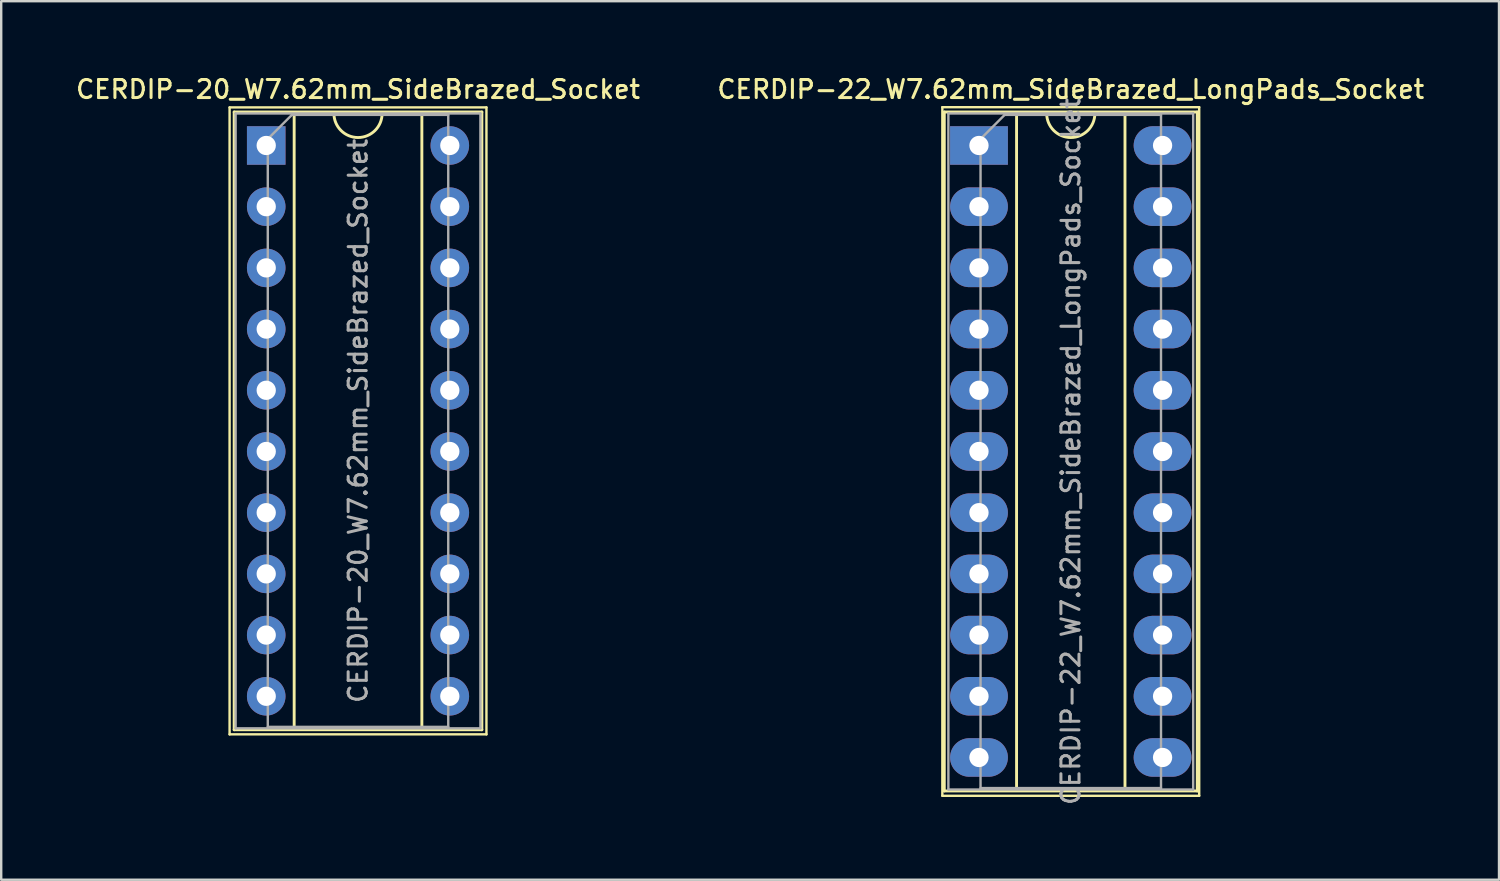
<source format=kicad_pcb>
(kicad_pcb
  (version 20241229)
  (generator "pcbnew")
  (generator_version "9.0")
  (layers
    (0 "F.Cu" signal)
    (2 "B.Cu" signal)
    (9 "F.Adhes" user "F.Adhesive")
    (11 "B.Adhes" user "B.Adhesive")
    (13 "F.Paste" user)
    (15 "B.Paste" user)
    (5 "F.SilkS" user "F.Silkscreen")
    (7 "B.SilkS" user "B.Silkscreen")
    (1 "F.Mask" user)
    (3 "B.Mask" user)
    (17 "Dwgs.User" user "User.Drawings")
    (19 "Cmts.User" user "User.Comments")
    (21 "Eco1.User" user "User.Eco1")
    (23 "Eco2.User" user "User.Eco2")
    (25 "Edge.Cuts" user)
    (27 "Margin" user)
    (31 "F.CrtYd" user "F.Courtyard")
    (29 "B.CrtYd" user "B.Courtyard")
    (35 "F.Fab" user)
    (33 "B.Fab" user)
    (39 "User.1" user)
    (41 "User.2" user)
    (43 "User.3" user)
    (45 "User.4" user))
  (footprint "CERDIP-20_W7.62mm_SideBrazed_Socket"
    (layer "F.Cu")
    (at 7.999 2.988)
    (property "Reference" "CERDIP-20_W7.62mm_SideBrazed_Socket" (at 3.81 -2.33 0) (layer "F.SilkS") (effects (font (size 0.75 0.75) (thickness 0.125))))
    (attr through_hole)
    (fp_line (start -1.52 -1.58) (end -1.52 24.44) (stroke (width 0.1) (type solid)) (layer "F.SilkS"))
    (fp_line (start -1.52 24.44) (end 9.14 24.44) (stroke (width 0.1) (type solid)) (layer "F.SilkS"))
    (fp_line (start -1.33 -1.39) (end -1.33 24.25) (stroke (width 0.12) (type solid)) (layer "F.SilkS"))
    (fp_line (start -1.33 24.25) (end 8.95 24.25) (stroke (width 0.12) (type solid)) (layer "F.SilkS"))
    (fp_line (start 1.16 -1.33) (end 1.16 24.19) (stroke (width 0.12) (type solid)) (layer "F.SilkS"))
    (fp_line (start 1.16 24.19) (end 6.46 24.19) (stroke (width 0.12) (type solid)) (layer "F.SilkS"))
    (fp_line (start 2.81 -1.33) (end 1.16 -1.33) (stroke (width 0.12) (type solid)) (layer "F.SilkS"))
    (fp_line (start 6.46 -1.33) (end 4.81 -1.33) (stroke (width 0.12) (type solid)) (layer "F.SilkS"))
    (fp_line (start 6.46 24.19) (end 6.46 -1.33) (stroke (width 0.12) (type solid)) (layer "F.SilkS"))
    (fp_line (start 8.95 -1.39) (end -1.33 -1.39) (stroke (width 0.12) (type solid)) (layer "F.SilkS"))
    (fp_line (start 8.95 24.25) (end 8.95 -1.39) (stroke (width 0.12) (type solid)) (layer "F.SilkS"))
    (fp_line (start 9.14 -1.58) (end -1.52 -1.58) (stroke (width 0.1) (type solid)) (layer "F.SilkS"))
    (fp_line (start 9.14 24.44) (end 9.14 -1.58) (stroke (width 0.1) (type solid)) (layer "F.SilkS"))
    (fp_arc (start 4.81 -1.33) (mid 3.81 -0.33) (end 2.81 -1.33) (stroke (width 0.12) (type solid)) (layer "F.SilkS"))
    (fp_line (start -1.27 -1.33) (end -1.27 24.19) (stroke (width 0.1) (type solid)) (layer "F.Fab"))
    (fp_line (start -1.27 24.19) (end 8.89 24.19) (stroke (width 0.1) (type solid)) (layer "F.Fab"))
    (fp_line (start 0.065 -0.27) (end 1.065 -1.27) (stroke (width 0.1) (type solid)) (layer "F.Fab"))
    (fp_line (start 0.065 24.13) (end 0.065 -0.27) (stroke (width 0.1) (type solid)) (layer "F.Fab"))
    (fp_line (start 1.065 -1.27) (end 7.555 -1.27) (stroke (width 0.1) (type solid)) (layer "F.Fab"))
    (fp_line (start 7.555 -1.27) (end 7.555 24.13) (stroke (width 0.1) (type solid)) (layer "F.Fab"))
    (fp_line (start 7.555 24.13) (end 0.065 24.13) (stroke (width 0.1) (type solid)) (layer "F.Fab"))
    (fp_line (start 8.89 -1.33) (end -1.27 -1.33) (stroke (width 0.1) (type solid)) (layer "F.Fab"))
    (fp_line (start 8.89 24.19) (end 8.89 -1.33) (stroke (width 0.1) (type solid)) (layer "F.Fab"))
    (fp_text user "${REFERENCE}" (at 3.81 11.43 90) (layer "F.Fab") (effects (font (size 0.75 0.75) (thickness 0.125))))
    (pad "1" thru_hole rect (at 0 0) (size 1.6 1.6) (drill 0.8) (layers "*.Cu" "*.Mask"))
    (pad "2" thru_hole circle (at 0 2.54) (size 1.6 1.6) (drill 0.8) (layers "*.Cu" "*.Mask"))
    (pad "3" thru_hole circle (at 0 5.08) (size 1.6 1.6) (drill 0.8) (layers "*.Cu" "*.Mask"))
    (pad "4" thru_hole circle (at 0 7.62) (size 1.6 1.6) (drill 0.8) (layers "*.Cu" "*.Mask"))
    (pad "5" thru_hole circle (at 0 10.16) (size 1.6 1.6) (drill 0.8) (layers "*.Cu" "*.Mask"))
    (pad "6" thru_hole circle (at 0 12.7) (size 1.6 1.6) (drill 0.8) (layers "*.Cu" "*.Mask"))
    (pad "7" thru_hole circle (at 0 15.24) (size 1.6 1.6) (drill 0.8) (layers "*.Cu" "*.Mask"))
    (pad "8" thru_hole circle (at 0 17.78) (size 1.6 1.6) (drill 0.8) (layers "*.Cu" "*.Mask"))
    (pad "9" thru_hole circle (at 0 20.32) (size 1.6 1.6) (drill 0.8) (layers "*.Cu" "*.Mask"))
    (pad "10" thru_hole circle (at 0 22.86) (size 1.6 1.6) (drill 0.8) (layers "*.Cu" "*.Mask"))
    (pad "11" thru_hole circle (at 7.62 22.86) (size 1.6 1.6) (drill 0.8) (layers "*.Cu" "*.Mask"))
    (pad "12" thru_hole circle (at 7.62 20.32) (size 1.6 1.6) (drill 0.8) (layers "*.Cu" "*.Mask"))
    (pad "13" thru_hole circle (at 7.62 17.78) (size 1.6 1.6) (drill 0.8) (layers "*.Cu" "*.Mask"))
    (pad "14" thru_hole circle (at 7.62 15.24) (size 1.6 1.6) (drill 0.8) (layers "*.Cu" "*.Mask"))
    (pad "15" thru_hole circle (at 7.62 12.7) (size 1.6 1.6) (drill 0.8) (layers "*.Cu" "*.Mask"))
    (pad "16" thru_hole circle (at 7.62 10.16) (size 1.6 1.6) (drill 0.8) (layers "*.Cu" "*.Mask"))
    (pad "17" thru_hole circle (at 7.62 7.62) (size 1.6 1.6) (drill 0.8) (layers "*.Cu" "*.Mask"))
    (pad "18" thru_hole circle (at 7.62 5.08) (size 1.6 1.6) (drill 0.8) (layers "*.Cu" "*.Mask"))
    (pad "19" thru_hole circle (at 7.62 2.54) (size 1.6 1.6) (drill 0.8) (layers "*.Cu" "*.Mask"))
    (pad "20" thru_hole circle (at 7.62 0) (size 1.6 1.6) (drill 0.8) (layers "*.Cu" "*.Mask")))
  (footprint "CERDIP-22_W7.62mm_SideBrazed_LongPads_Socket"
    (layer "F.Cu")
    (at 37.581 2.988)
    (property "Reference" "CERDIP-22_W7.62mm_SideBrazed_LongPads_Socket" (at 3.81 -2.33 0) (layer "F.SilkS") (effects (font (size 0.75 0.75) (thickness 0.125))))
    (attr through_hole)
    (fp_line (start -1.52 -1.59) (end -1.52 26.99) (stroke (width 0.1) (type solid)) (layer "F.SilkS"))
    (fp_line (start -1.52 26.99) (end 9.14 26.99) (stroke (width 0.1) (type solid)) (layer "F.SilkS"))
    (fp_line (start -1.44 -1.39) (end -1.44 26.79) (stroke (width 0.12) (type solid)) (layer "F.SilkS"))
    (fp_line (start -1.44 26.79) (end 9.06 26.79) (stroke (width 0.12) (type solid)) (layer "F.SilkS"))
    (fp_line (start 1.56 -1.33) (end 1.56 26.73) (stroke (width 0.12) (type solid)) (layer "F.SilkS"))
    (fp_line (start 1.56 26.73) (end 6.06 26.73) (stroke (width 0.12) (type solid)) (layer "F.SilkS"))
    (fp_line (start 2.81 -1.33) (end 1.56 -1.33) (stroke (width 0.12) (type solid)) (layer "F.SilkS"))
    (fp_line (start 6.06 -1.33) (end 4.81 -1.33) (stroke (width 0.12) (type solid)) (layer "F.SilkS"))
    (fp_line (start 6.06 26.73) (end 6.06 -1.33) (stroke (width 0.12) (type solid)) (layer "F.SilkS"))
    (fp_line (start 9.06 -1.39) (end -1.44 -1.39) (stroke (width 0.12) (type solid)) (layer "F.SilkS"))
    (fp_line (start 9.06 26.79) (end 9.06 -1.39) (stroke (width 0.12) (type solid)) (layer "F.SilkS"))
    (fp_line (start 9.14 -1.59) (end -1.52 -1.59) (stroke (width 0.1) (type solid)) (layer "F.SilkS"))
    (fp_line (start 9.14 26.99) (end 9.14 -1.59) (stroke (width 0.1) (type solid)) (layer "F.SilkS"))
    (fp_arc (start 4.81 -1.33) (mid 3.81 -0.33) (end 2.81 -1.33) (stroke (width 0.12) (type solid)) (layer "F.SilkS"))
    (fp_line (start -1.27 -1.33) (end -1.27 26.73) (stroke (width 0.1) (type solid)) (layer "F.Fab"))
    (fp_line (start -1.27 26.73) (end 8.89 26.73) (stroke (width 0.1) (type solid)) (layer "F.Fab"))
    (fp_line (start 0.065 -0.27) (end 1.065 -1.27) (stroke (width 0.1) (type solid)) (layer "F.Fab"))
    (fp_line (start 0.065 26.67) (end 0.065 -0.27) (stroke (width 0.1) (type solid)) (layer "F.Fab"))
    (fp_line (start 1.065 -1.27) (end 7.555 -1.27) (stroke (width 0.1) (type solid)) (layer "F.Fab"))
    (fp_line (start 7.555 -1.27) (end 7.555 26.67) (stroke (width 0.1) (type solid)) (layer "F.Fab"))
    (fp_line (start 7.555 26.67) (end 0.065 26.67) (stroke (width 0.1) (type solid)) (layer "F.Fab"))
    (fp_line (start 8.89 -1.33) (end -1.27 -1.33) (stroke (width 0.1) (type solid)) (layer "F.Fab"))
    (fp_line (start 8.89 26.73) (end 8.89 -1.33) (stroke (width 0.1) (type solid)) (layer "F.Fab"))
    (fp_text user "${REFERENCE}" (at 3.81 12.7 90) (layer "F.Fab") (effects (font (size 0.75 0.75) (thickness 0.125))))
    (pad "1" thru_hole rect (at 0 0) (size 2.4 1.6) (drill 0.8) (layers "*.Cu" "*.Mask"))
    (pad "2" thru_hole oval (at 0 2.54) (size 2.4 1.6) (drill 0.8) (layers "*.Cu" "*.Mask"))
    (pad "3" thru_hole oval (at 0 5.08) (size 2.4 1.6) (drill 0.8) (layers "*.Cu" "*.Mask"))
    (pad "4" thru_hole oval (at 0 7.62) (size 2.4 1.6) (drill 0.8) (layers "*.Cu" "*.Mask"))
    (pad "5" thru_hole oval (at 0 10.16) (size 2.4 1.6) (drill 0.8) (layers "*.Cu" "*.Mask"))
    (pad "6" thru_hole oval (at 0 12.7) (size 2.4 1.6) (drill 0.8) (layers "*.Cu" "*.Mask"))
    (pad "7" thru_hole oval (at 0 15.24) (size 2.4 1.6) (drill 0.8) (layers "*.Cu" "*.Mask"))
    (pad "8" thru_hole oval (at 0 17.78) (size 2.4 1.6) (drill 0.8) (layers "*.Cu" "*.Mask"))
    (pad "9" thru_hole oval (at 0 20.32) (size 2.4 1.6) (drill 0.8) (layers "*.Cu" "*.Mask"))
    (pad "10" thru_hole oval (at 0 22.86) (size 2.4 1.6) (drill 0.8) (layers "*.Cu" "*.Mask"))
    (pad "11" thru_hole oval (at 0 25.4) (size 2.4 1.6) (drill 0.8) (layers "*.Cu" "*.Mask"))
    (pad "12" thru_hole oval (at 7.62 25.4) (size 2.4 1.6) (drill 0.8) (layers "*.Cu" "*.Mask"))
    (pad "13" thru_hole oval (at 7.62 22.86) (size 2.4 1.6) (drill 0.8) (layers "*.Cu" "*.Mask"))
    (pad "14" thru_hole oval (at 7.62 20.32) (size 2.4 1.6) (drill 0.8) (layers "*.Cu" "*.Mask"))
    (pad "15" thru_hole oval (at 7.62 17.78) (size 2.4 1.6) (drill 0.8) (layers "*.Cu" "*.Mask"))
    (pad "16" thru_hole oval (at 7.62 15.24) (size 2.4 1.6) (drill 0.8) (layers "*.Cu" "*.Mask"))
    (pad "17" thru_hole oval (at 7.62 12.7) (size 2.4 1.6) (drill 0.8) (layers "*.Cu" "*.Mask"))
    (pad "18" thru_hole oval (at 7.62 10.16) (size 2.4 1.6) (drill 0.8) (layers "*.Cu" "*.Mask"))
    (pad "19" thru_hole oval (at 7.62 7.62) (size 2.4 1.6) (drill 0.8) (layers "*.Cu" "*.Mask"))
    (pad "20" thru_hole oval (at 7.62 5.08) (size 2.4 1.6) (drill 0.8) (layers "*.Cu" "*.Mask"))
    (pad "21" thru_hole oval (at 7.62 2.54) (size 2.4 1.6) (drill 0.8) (layers "*.Cu" "*.Mask"))
    (pad "22" thru_hole oval (at 7.62 0) (size 2.4 1.6) (drill 0.8) (layers "*.Cu" "*.Mask")))
  (gr_rect
    (start -3 -3)
    (end 59.164 33.461)
    (stroke (width 0.1) (type default))
    (fill no)
    (layer "Edge.Cuts")))
</source>
